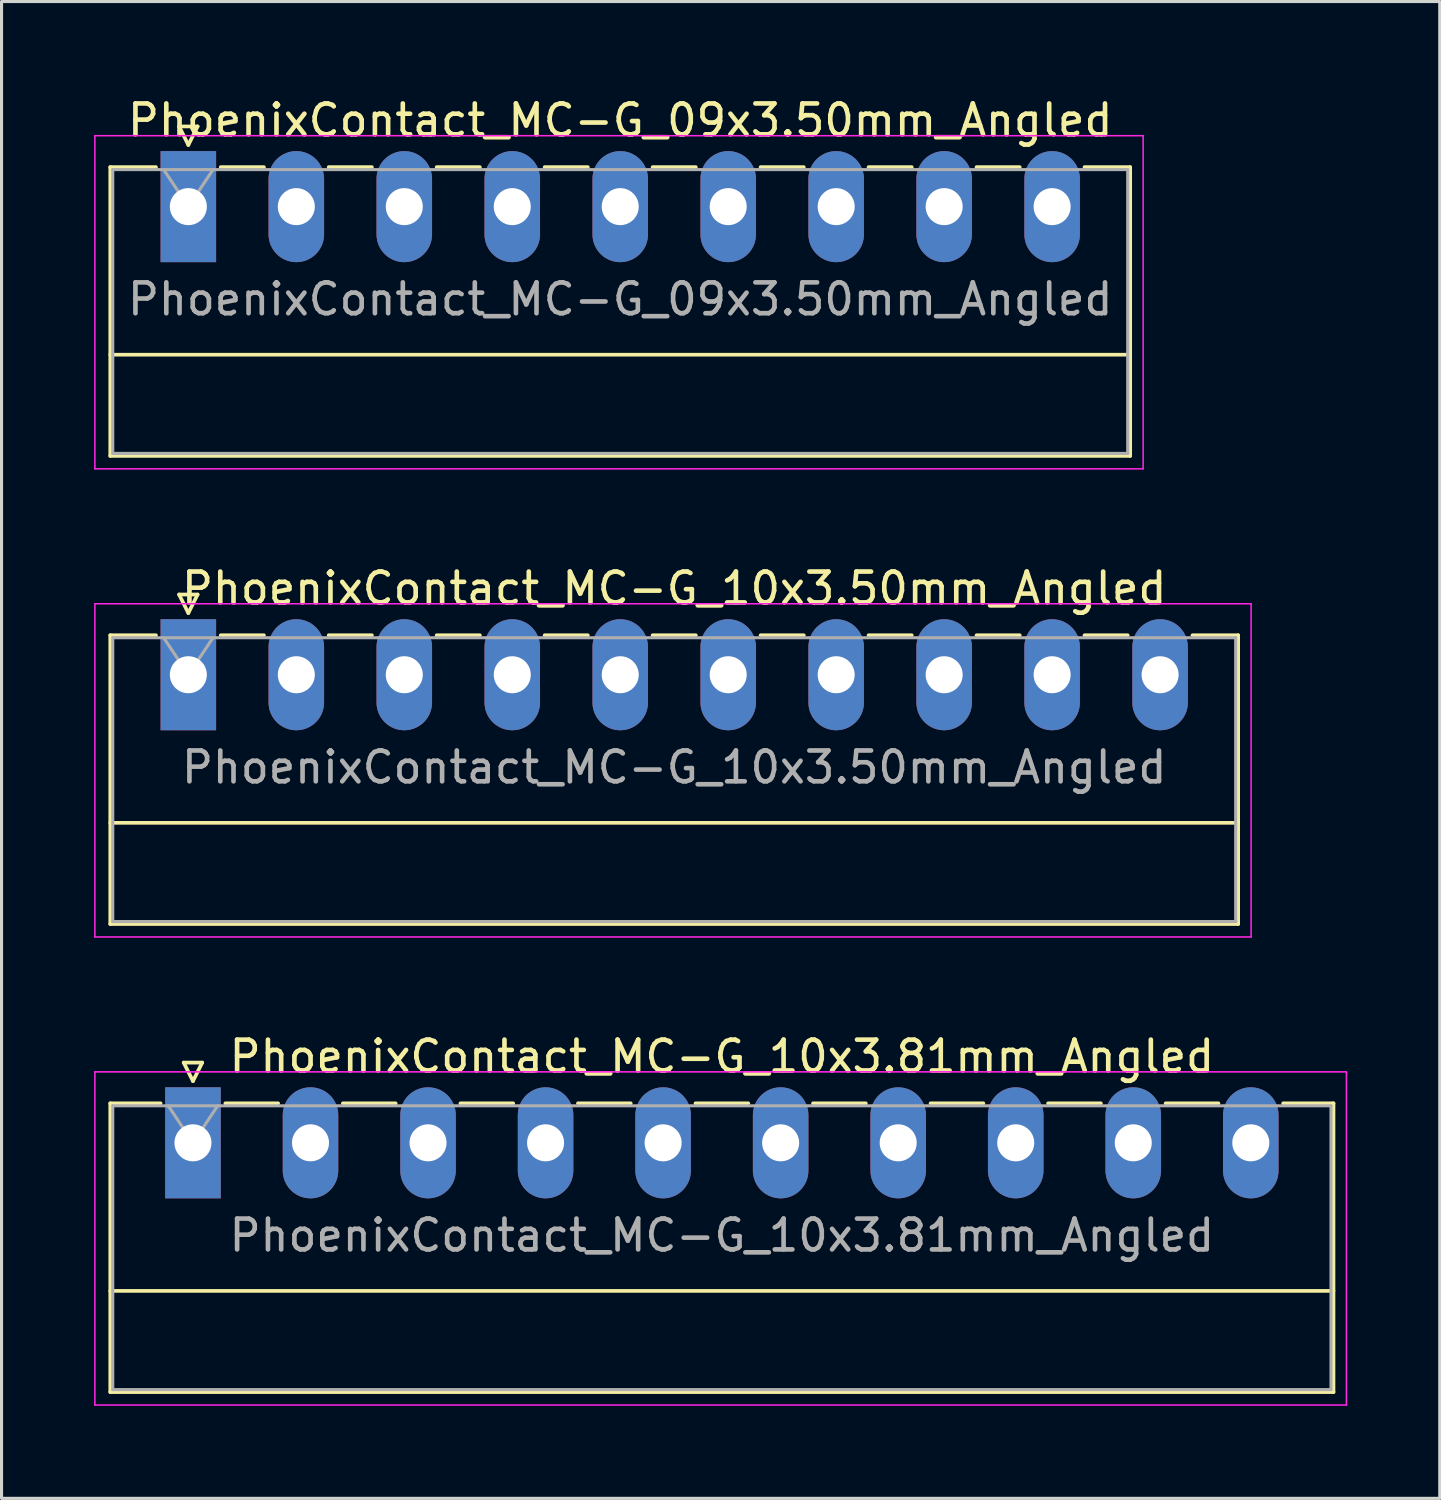
<source format=kicad_pcb>
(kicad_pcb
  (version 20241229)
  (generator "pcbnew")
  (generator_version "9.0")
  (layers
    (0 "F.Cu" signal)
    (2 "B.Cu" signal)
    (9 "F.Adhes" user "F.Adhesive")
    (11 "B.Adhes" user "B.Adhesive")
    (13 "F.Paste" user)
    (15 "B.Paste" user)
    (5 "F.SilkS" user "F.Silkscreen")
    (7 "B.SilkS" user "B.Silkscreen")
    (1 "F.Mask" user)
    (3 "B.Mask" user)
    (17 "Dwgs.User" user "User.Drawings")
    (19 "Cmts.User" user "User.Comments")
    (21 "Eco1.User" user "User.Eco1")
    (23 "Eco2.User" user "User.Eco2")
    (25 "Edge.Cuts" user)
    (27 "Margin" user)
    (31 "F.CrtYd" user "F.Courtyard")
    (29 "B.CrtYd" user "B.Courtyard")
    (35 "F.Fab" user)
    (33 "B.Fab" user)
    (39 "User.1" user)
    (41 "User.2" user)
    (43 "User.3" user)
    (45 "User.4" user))
  (footprint "PhoenixContact_MC-G_10x3.50mm_Angled"
    (layer "F.Cu")
    (at 3.055 18.822)
    (property "Reference" "PhoenixContact_MC-G_10x3.50mm_Angled" (at 15.75 -2.8 0) (layer "F.SilkS") (effects (font (size 1 1) (thickness 0.15))))
    (attr through_hole)
    (fp_line (start -2.53 -1.28) (end -2.53 8.08) (stroke (width 0.12) (type solid)) (layer "F.SilkS"))
    (fp_line (start -2.53 -1.28) (end -1.05 -1.28) (stroke (width 0.12) (type solid)) (layer "F.SilkS"))
    (fp_line (start -2.53 4.8) (end 34.03 4.8) (stroke (width 0.12) (type solid)) (layer "F.SilkS"))
    (fp_line (start -2.53 8.08) (end 34.03 8.08) (stroke (width 0.12) (type solid)) (layer "F.SilkS"))
    (fp_line (start -0.3 -2.6) (end 0.3 -2.6) (stroke (width 0.12) (type solid)) (layer "F.SilkS"))
    (fp_line (start 0 -2) (end -0.3 -2.6) (stroke (width 0.12) (type solid)) (layer "F.SilkS"))
    (fp_line (start 0.3 -2.6) (end 0 -2) (stroke (width 0.12) (type solid)) (layer "F.SilkS"))
    (fp_line (start 1.05 -1.28) (end 2.45 -1.28) (stroke (width 0.12) (type solid)) (layer "F.SilkS"))
    (fp_line (start 4.55 -1.28) (end 5.95 -1.28) (stroke (width 0.12) (type solid)) (layer "F.SilkS"))
    (fp_line (start 8.05 -1.28) (end 9.45 -1.28) (stroke (width 0.12) (type solid)) (layer "F.SilkS"))
    (fp_line (start 11.55 -1.28) (end 12.95 -1.28) (stroke (width 0.12) (type solid)) (layer "F.SilkS"))
    (fp_line (start 15.05 -1.28) (end 16.45 -1.28) (stroke (width 0.12) (type solid)) (layer "F.SilkS"))
    (fp_line (start 18.55 -1.28) (end 19.95 -1.28) (stroke (width 0.12) (type solid)) (layer "F.SilkS"))
    (fp_line (start 22.05 -1.28) (end 23.45 -1.28) (stroke (width 0.12) (type solid)) (layer "F.SilkS"))
    (fp_line (start 25.55 -1.28) (end 26.95 -1.28) (stroke (width 0.12) (type solid)) (layer "F.SilkS"))
    (fp_line (start 29.05 -1.28) (end 30.45 -1.28) (stroke (width 0.12) (type solid)) (layer "F.SilkS"))
    (fp_line (start 34.03 -1.28) (end 32.55 -1.28) (stroke (width 0.12) (type solid)) (layer "F.SilkS"))
    (fp_line (start 34.03 8.08) (end 34.03 -1.28) (stroke (width 0.12) (type solid)) (layer "F.SilkS"))
    (fp_line (start -3.03 -2.3) (end -3.03 8.5) (stroke (width 0.05) (type solid)) (layer "F.CrtYd"))
    (fp_line (start -3.03 8.5) (end 34.45 8.5) (stroke (width 0.05) (type solid)) (layer "F.CrtYd"))
    (fp_line (start 34.45 -2.3) (end -3.03 -2.3) (stroke (width 0.05) (type solid)) (layer "F.CrtYd"))
    (fp_line (start 34.45 8.5) (end 34.45 -2.3) (stroke (width 0.05) (type solid)) (layer "F.CrtYd"))
    (fp_line (start -2.45 -1.2) (end -2.45 8) (stroke (width 0.1) (type solid)) (layer "F.Fab"))
    (fp_line (start -2.45 8) (end 33.95 8) (stroke (width 0.1) (type solid)) (layer "F.Fab"))
    (fp_line (start 0 0) (end -0.8 -1.2) (stroke (width 0.1) (type solid)) (layer "F.Fab"))
    (fp_line (start 0.8 -1.2) (end 0 0) (stroke (width 0.1) (type solid)) (layer "F.Fab"))
    (fp_line (start 33.95 -1.2) (end -2.45 -1.2) (stroke (width 0.1) (type solid)) (layer "F.Fab"))
    (fp_line (start 33.95 8) (end 33.95 -1.2) (stroke (width 0.1) (type solid)) (layer "F.Fab"))
    (fp_text user "${REFERENCE}" (at 15.75 3 0) (layer "F.Fab") (effects (font (size 1 1) (thickness 0.15))))
    (pad "1" thru_hole rect (at 0 0) (size 1.8 3.6) (drill 1.2) (layers "*.Cu" "*.Mask"))
    (pad "2" thru_hole oval (at 3.5 0) (size 1.8 3.6) (drill 1.2) (layers "*.Cu" "*.Mask"))
    (pad "3" thru_hole oval (at 7 0) (size 1.8 3.6) (drill 1.2) (layers "*.Cu" "*.Mask"))
    (pad "4" thru_hole oval (at 10.5 0) (size 1.8 3.6) (drill 1.2) (layers "*.Cu" "*.Mask"))
    (pad "5" thru_hole oval (at 14 0) (size 1.8 3.6) (drill 1.2) (layers "*.Cu" "*.Mask"))
    (pad "6" thru_hole oval (at 17.5 0) (size 1.8 3.6) (drill 1.2) (layers "*.Cu" "*.Mask"))
    (pad "7" thru_hole oval (at 21 0) (size 1.8 3.6) (drill 1.2) (layers "*.Cu" "*.Mask"))
    (pad "8" thru_hole oval (at 24.5 0) (size 1.8 3.6) (drill 1.2) (layers "*.Cu" "*.Mask"))
    (pad "9" thru_hole oval (at 28 0) (size 1.8 3.6) (drill 1.2) (layers "*.Cu" "*.Mask"))
    (pad "10" thru_hole oval (at 31.5 0) (size 1.8 3.6) (drill 1.2) (layers "*.Cu" "*.Mask")))
  (footprint "PhoenixContact_MC-G_09x3.50mm_Angled"
    (layer "F.Cu")
    (at 3.055 3.648)
    (property "Reference" "PhoenixContact_MC-G_09x3.50mm_Angled" (at 14 -2.8 0) (layer "F.SilkS") (effects (font (size 1 1) (thickness 0.15))))
    (attr through_hole)
    (fp_line (start -2.53 -1.28) (end -2.53 8.08) (stroke (width 0.12) (type solid)) (layer "F.SilkS"))
    (fp_line (start -2.53 -1.28) (end -1.05 -1.28) (stroke (width 0.12) (type solid)) (layer "F.SilkS"))
    (fp_line (start -2.53 4.8) (end 30.53 4.8) (stroke (width 0.12) (type solid)) (layer "F.SilkS"))
    (fp_line (start -2.53 8.08) (end 30.53 8.08) (stroke (width 0.12) (type solid)) (layer "F.SilkS"))
    (fp_line (start -0.3 -2.6) (end 0.3 -2.6) (stroke (width 0.12) (type solid)) (layer "F.SilkS"))
    (fp_line (start 0 -2) (end -0.3 -2.6) (stroke (width 0.12) (type solid)) (layer "F.SilkS"))
    (fp_line (start 0.3 -2.6) (end 0 -2) (stroke (width 0.12) (type solid)) (layer "F.SilkS"))
    (fp_line (start 1.05 -1.28) (end 2.45 -1.28) (stroke (width 0.12) (type solid)) (layer "F.SilkS"))
    (fp_line (start 4.55 -1.28) (end 5.95 -1.28) (stroke (width 0.12) (type solid)) (layer "F.SilkS"))
    (fp_line (start 8.05 -1.28) (end 9.45 -1.28) (stroke (width 0.12) (type solid)) (layer "F.SilkS"))
    (fp_line (start 11.55 -1.28) (end 12.95 -1.28) (stroke (width 0.12) (type solid)) (layer "F.SilkS"))
    (fp_line (start 15.05 -1.28) (end 16.45 -1.28) (stroke (width 0.12) (type solid)) (layer "F.SilkS"))
    (fp_line (start 18.55 -1.28) (end 19.95 -1.28) (stroke (width 0.12) (type solid)) (layer "F.SilkS"))
    (fp_line (start 22.05 -1.28) (end 23.45 -1.28) (stroke (width 0.12) (type solid)) (layer "F.SilkS"))
    (fp_line (start 25.55 -1.28) (end 26.95 -1.28) (stroke (width 0.12) (type solid)) (layer "F.SilkS"))
    (fp_line (start 30.53 -1.28) (end 29.05 -1.28) (stroke (width 0.12) (type solid)) (layer "F.SilkS"))
    (fp_line (start 30.53 8.08) (end 30.53 -1.28) (stroke (width 0.12) (type solid)) (layer "F.SilkS"))
    (fp_line (start -3.03 -2.3) (end -3.03 8.5) (stroke (width 0.05) (type solid)) (layer "F.CrtYd"))
    (fp_line (start -3.03 8.5) (end 30.95 8.5) (stroke (width 0.05) (type solid)) (layer "F.CrtYd"))
    (fp_line (start 30.95 -2.3) (end -3.03 -2.3) (stroke (width 0.05) (type solid)) (layer "F.CrtYd"))
    (fp_line (start 30.95 8.5) (end 30.95 -2.3) (stroke (width 0.05) (type solid)) (layer "F.CrtYd"))
    (fp_line (start -2.45 -1.2) (end -2.45 8) (stroke (width 0.1) (type solid)) (layer "F.Fab"))
    (fp_line (start -2.45 8) (end 30.45 8) (stroke (width 0.1) (type solid)) (layer "F.Fab"))
    (fp_line (start 0 0) (end -0.8 -1.2) (stroke (width 0.1) (type solid)) (layer "F.Fab"))
    (fp_line (start 0.8 -1.2) (end 0 0) (stroke (width 0.1) (type solid)) (layer "F.Fab"))
    (fp_line (start 30.45 -1.2) (end -2.45 -1.2) (stroke (width 0.1) (type solid)) (layer "F.Fab"))
    (fp_line (start 30.45 8) (end 30.45 -1.2) (stroke (width 0.1) (type solid)) (layer "F.Fab"))
    (fp_text user "${REFERENCE}" (at 14 3 0) (layer "F.Fab") (effects (font (size 1 1) (thickness 0.15))))
    (pad "1" thru_hole rect (at 0 0) (size 1.8 3.6) (drill 1.2) (layers "*.Cu" "*.Mask"))
    (pad "2" thru_hole oval (at 3.5 0) (size 1.8 3.6) (drill 1.2) (layers "*.Cu" "*.Mask"))
    (pad "3" thru_hole oval (at 7 0) (size 1.8 3.6) (drill 1.2) (layers "*.Cu" "*.Mask"))
    (pad "4" thru_hole oval (at 10.5 0) (size 1.8 3.6) (drill 1.2) (layers "*.Cu" "*.Mask"))
    (pad "5" thru_hole oval (at 14 0) (size 1.8 3.6) (drill 1.2) (layers "*.Cu" "*.Mask"))
    (pad "6" thru_hole oval (at 17.5 0) (size 1.8 3.6) (drill 1.2) (layers "*.Cu" "*.Mask"))
    (pad "7" thru_hole oval (at 21 0) (size 1.8 3.6) (drill 1.2) (layers "*.Cu" "*.Mask"))
    (pad "8" thru_hole oval (at 24.5 0) (size 1.8 3.6) (drill 1.2) (layers "*.Cu" "*.Mask"))
    (pad "9" thru_hole oval (at 28 0) (size 1.8 3.6) (drill 1.2) (layers "*.Cu" "*.Mask")))
  (footprint "PhoenixContact_MC-G_10x3.81mm_Angled"
    (layer "F.Cu")
    (at 3.205 33.995)
    (property "Reference" "PhoenixContact_MC-G_10x3.81mm_Angled" (at 17.145 -2.8 0) (layer "F.SilkS") (effects (font (size 1 1) (thickness 0.15))))
    (attr through_hole)
    (fp_line (start -2.68 -1.28) (end -2.68 8.08) (stroke (width 0.12) (type solid)) (layer "F.SilkS"))
    (fp_line (start -2.68 -1.28) (end -1.05 -1.28) (stroke (width 0.12) (type solid)) (layer "F.SilkS"))
    (fp_line (start -2.68 4.8) (end 36.97 4.8) (stroke (width 0.12) (type solid)) (layer "F.SilkS"))
    (fp_line (start -2.68 8.08) (end 36.97 8.08) (stroke (width 0.12) (type solid)) (layer "F.SilkS"))
    (fp_line (start -0.3 -2.6) (end 0.3 -2.6) (stroke (width 0.12) (type solid)) (layer "F.SilkS"))
    (fp_line (start 0 -2) (end -0.3 -2.6) (stroke (width 0.12) (type solid)) (layer "F.SilkS"))
    (fp_line (start 0.3 -2.6) (end 0 -2) (stroke (width 0.12) (type solid)) (layer "F.SilkS"))
    (fp_line (start 1.05 -1.28) (end 2.76 -1.28) (stroke (width 0.12) (type solid)) (layer "F.SilkS"))
    (fp_line (start 4.86 -1.28) (end 6.57 -1.28) (stroke (width 0.12) (type solid)) (layer "F.SilkS"))
    (fp_line (start 8.67 -1.28) (end 10.38 -1.28) (stroke (width 0.12) (type solid)) (layer "F.SilkS"))
    (fp_line (start 12.48 -1.28) (end 14.19 -1.28) (stroke (width 0.12) (type solid)) (layer "F.SilkS"))
    (fp_line (start 16.29 -1.28) (end 18 -1.28) (stroke (width 0.12) (type solid)) (layer "F.SilkS"))
    (fp_line (start 20.1 -1.28) (end 21.81 -1.28) (stroke (width 0.12) (type solid)) (layer "F.SilkS"))
    (fp_line (start 23.91 -1.28) (end 25.62 -1.28) (stroke (width 0.12) (type solid)) (layer "F.SilkS"))
    (fp_line (start 27.72 -1.28) (end 29.43 -1.28) (stroke (width 0.12) (type solid)) (layer "F.SilkS"))
    (fp_line (start 31.53 -1.28) (end 33.24 -1.28) (stroke (width 0.12) (type solid)) (layer "F.SilkS"))
    (fp_line (start 36.97 -1.28) (end 35.34 -1.28) (stroke (width 0.12) (type solid)) (layer "F.SilkS"))
    (fp_line (start 36.97 8.08) (end 36.97 -1.28) (stroke (width 0.12) (type solid)) (layer "F.SilkS"))
    (fp_line (start -3.18 -2.3) (end -3.18 8.5) (stroke (width 0.05) (type solid)) (layer "F.CrtYd"))
    (fp_line (start -3.18 8.5) (end 37.39 8.5) (stroke (width 0.05) (type solid)) (layer "F.CrtYd"))
    (fp_line (start 37.39 -2.3) (end -3.18 -2.3) (stroke (width 0.05) (type solid)) (layer "F.CrtYd"))
    (fp_line (start 37.39 8.5) (end 37.39 -2.3) (stroke (width 0.05) (type solid)) (layer "F.CrtYd"))
    (fp_line (start -2.6 -1.2) (end -2.6 8) (stroke (width 0.1) (type solid)) (layer "F.Fab"))
    (fp_line (start -2.6 8) (end 36.89 8) (stroke (width 0.1) (type solid)) (layer "F.Fab"))
    (fp_line (start 0 0) (end -0.8 -1.2) (stroke (width 0.1) (type solid)) (layer "F.Fab"))
    (fp_line (start 0.8 -1.2) (end 0 0) (stroke (width 0.1) (type solid)) (layer "F.Fab"))
    (fp_line (start 36.89 -1.2) (end -2.6 -1.2) (stroke (width 0.1) (type solid)) (layer "F.Fab"))
    (fp_line (start 36.89 8) (end 36.89 -1.2) (stroke (width 0.1) (type solid)) (layer "F.Fab"))
    (fp_text user "${REFERENCE}" (at 17.145 3 0) (layer "F.Fab") (effects (font (size 1 1) (thickness 0.15))))
    (pad "1" thru_hole rect (at 0 0) (size 1.8 3.6) (drill 1.2) (layers "*.Cu" "*.Mask"))
    (pad "2" thru_hole oval (at 3.81 0) (size 1.8 3.6) (drill 1.2) (layers "*.Cu" "*.Mask"))
    (pad "3" thru_hole oval (at 7.62 0) (size 1.8 3.6) (drill 1.2) (layers "*.Cu" "*.Mask"))
    (pad "4" thru_hole oval (at 11.43 0) (size 1.8 3.6) (drill 1.2) (layers "*.Cu" "*.Mask"))
    (pad "5" thru_hole oval (at 15.24 0) (size 1.8 3.6) (drill 1.2) (layers "*.Cu" "*.Mask"))
    (pad "6" thru_hole oval (at 19.05 0) (size 1.8 3.6) (drill 1.2) (layers "*.Cu" "*.Mask"))
    (pad "7" thru_hole oval (at 22.86 0) (size 1.8 3.6) (drill 1.2) (layers "*.Cu" "*.Mask"))
    (pad "8" thru_hole oval (at 26.67 0) (size 1.8 3.6) (drill 1.2) (layers "*.Cu" "*.Mask"))
    (pad "9" thru_hole oval (at 30.48 0) (size 1.8 3.6) (drill 1.2) (layers "*.Cu" "*.Mask"))
    (pad "10" thru_hole oval (at 34.29 0) (size 1.8 3.6) (drill 1.2) (layers "*.Cu" "*.Mask")))
  (gr_rect
    (start -3 -3)
    (end 43.62 45.52)
    (stroke (width 0.1) (type default))
    (fill no)
    (layer "Edge.Cuts")))
</source>
